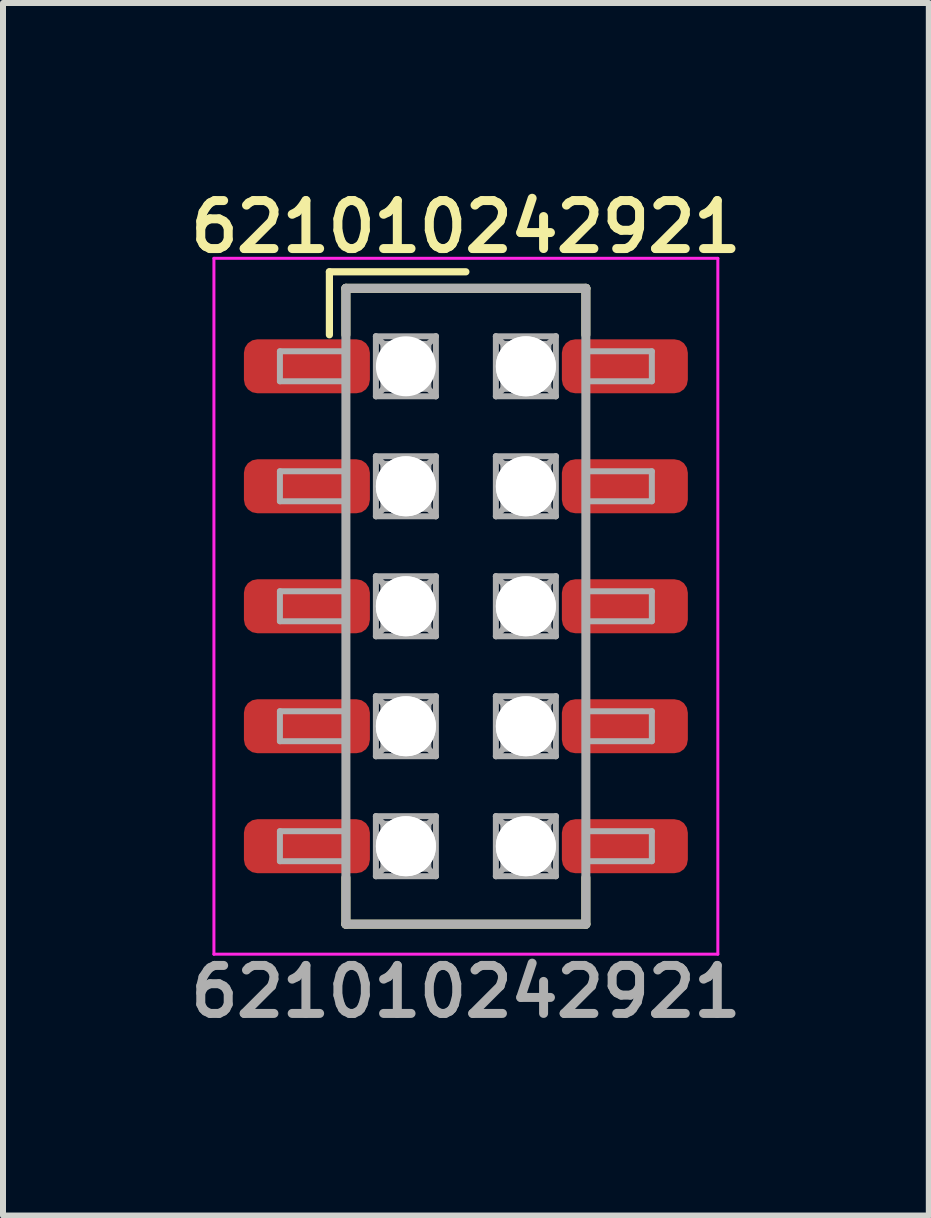
<source format=kicad_pcb>
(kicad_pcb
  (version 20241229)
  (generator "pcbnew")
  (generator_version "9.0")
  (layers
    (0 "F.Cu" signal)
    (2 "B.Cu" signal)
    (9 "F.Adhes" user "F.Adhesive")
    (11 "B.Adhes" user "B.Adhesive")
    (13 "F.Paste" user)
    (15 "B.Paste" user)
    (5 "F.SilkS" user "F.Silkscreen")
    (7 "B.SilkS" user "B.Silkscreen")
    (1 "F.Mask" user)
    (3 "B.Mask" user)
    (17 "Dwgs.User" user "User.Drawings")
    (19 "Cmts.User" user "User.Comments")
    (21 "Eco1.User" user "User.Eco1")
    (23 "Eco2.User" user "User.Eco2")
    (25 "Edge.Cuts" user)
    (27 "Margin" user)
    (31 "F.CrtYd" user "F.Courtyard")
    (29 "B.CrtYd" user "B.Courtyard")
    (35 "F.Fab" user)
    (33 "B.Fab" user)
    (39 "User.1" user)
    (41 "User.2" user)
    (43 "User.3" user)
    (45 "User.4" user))
  (footprint "621010242921"
    (layer "F.Cu")
    (at 4.716 7.056)
    (property "Reference" "621010242921" (at 0 -6.325 0) (unlocked yes) (layer "F.SilkS") (effects (font (size 0.8 0.8) (thickness 0.15))))
    (attr smd)
    (fp_line (start -2.275 -5.575) (end 0 -5.575) (stroke (width 0.12) (type solid)) (layer "F.SilkS"))
    (fp_line (start -2.275 -4.525) (end -2.275 -5.575) (stroke (width 0.12) (type solid)) (layer "F.SilkS"))
    (fp_line (start -2 -5.3) (end 2 -5.3) (stroke (width 0.15) (type solid)) (layer "F.SilkS"))
    (fp_line (start -2 -4.525) (end -2 -5.3) (stroke (width 0.15) (type solid)) (layer "F.SilkS"))
    (fp_line (start -2 4.525) (end -2 5.3) (stroke (width 0.15) (type solid)) (layer "F.SilkS"))
    (fp_line (start -2 5.3) (end 2 5.3) (stroke (width 0.15) (type solid)) (layer "F.SilkS"))
    (fp_line (start 2 -5.3) (end 2 -4.525) (stroke (width 0.15) (type solid)) (layer "F.SilkS"))
    (fp_line (start 2 5.3) (end 2 4.525) (stroke (width 0.15) (type solid)) (layer "F.SilkS"))
    (fp_line (start -4.2 -5.8) (end -4.2 5.8) (stroke (width 0.05) (type solid)) (layer "F.CrtYd"))
    (fp_line (start -4.2 -5.8) (end 4.2 -5.8) (stroke (width 0.05) (type solid)) (layer "F.CrtYd"))
    (fp_line (start -4.2 5.8) (end 4.2 5.8) (stroke (width 0.05) (type solid)) (layer "F.CrtYd"))
    (fp_line (start 4.2 5.8) (end 4.2 -5.8) (stroke (width 0.05) (type solid)) (layer "F.CrtYd"))
    (fp_line (start -3.1 -4.25) (end -3.1 -3.75) (stroke (width 0.1) (type solid)) (layer "F.Fab"))
    (fp_line (start -3.1 -3.75) (end -2 -3.75) (stroke (width 0.1) (type solid)) (layer "F.Fab"))
    (fp_line (start -3.1 -2.25) (end -3.1 -1.75) (stroke (width 0.1) (type solid)) (layer "F.Fab"))
    (fp_line (start -3.1 -1.75) (end -2 -1.75) (stroke (width 0.1) (type solid)) (layer "F.Fab"))
    (fp_line (start -3.1 -0.25) (end -3.1 0.25) (stroke (width 0.1) (type solid)) (layer "F.Fab"))
    (fp_line (start -3.1 0.25) (end -2 0.25) (stroke (width 0.1) (type solid)) (layer "F.Fab"))
    (fp_line (start -3.1 1.75) (end -3.1 2.25) (stroke (width 0.1) (type solid)) (layer "F.Fab"))
    (fp_line (start -3.1 2.25) (end -2 2.25) (stroke (width 0.1) (type solid)) (layer "F.Fab"))
    (fp_line (start -3.1 3.75) (end -3.1 4.25) (stroke (width 0.1) (type solid)) (layer "F.Fab"))
    (fp_line (start -3.1 4.25) (end -2 4.25) (stroke (width 0.1) (type solid)) (layer "F.Fab"))
    (fp_line (start -2 -5.3) (end 2 -5.3) (stroke (width 0.15) (type solid)) (layer "F.Fab"))
    (fp_line (start -2 -4.25) (end -3.1 -4.25) (stroke (width 0.1) (type solid)) (layer "F.Fab"))
    (fp_line (start -2 -2.25) (end -3.1 -2.25) (stroke (width 0.1) (type solid)) (layer "F.Fab"))
    (fp_line (start -2 -0.25) (end -3.1 -0.25) (stroke (width 0.1) (type solid)) (layer "F.Fab"))
    (fp_line (start -2 1.75) (end -3.1 1.75) (stroke (width 0.1) (type solid)) (layer "F.Fab"))
    (fp_line (start -2 3.75) (end -3.1 3.75) (stroke (width 0.1) (type solid)) (layer "F.Fab"))
    (fp_line (start -2 5.3) (end -2 -5.3) (stroke (width 0.15) (type solid)) (layer "F.Fab"))
    (fp_line (start -1.5 -4.5) (end -0.5 -4.5) (stroke (width 0.1) (type solid)) (layer "F.Fab"))
    (fp_line (start -1.5 -3.5) (end -1.5 -4.5) (stroke (width 0.1) (type solid)) (layer "F.Fab"))
    (fp_line (start -1.5 -2.5) (end -0.5 -2.5) (stroke (width 0.1) (type solid)) (layer "F.Fab"))
    (fp_line (start -1.5 -1.5) (end -1.5 -2.5) (stroke (width 0.1) (type solid)) (layer "F.Fab"))
    (fp_line (start -1.5 -0.5) (end -0.5 -0.5) (stroke (width 0.1) (type solid)) (layer "F.Fab"))
    (fp_line (start -1.5 0.5) (end -1.5 -0.5) (stroke (width 0.1) (type solid)) (layer "F.Fab"))
    (fp_line (start -1.5 1.5) (end -0.5 1.5) (stroke (width 0.1) (type solid)) (layer "F.Fab"))
    (fp_line (start -1.5 2.5) (end -1.5 1.5) (stroke (width 0.1) (type solid)) (layer "F.Fab"))
    (fp_line (start -1.5 3.5) (end -0.5 3.5) (stroke (width 0.1) (type solid)) (layer "F.Fab"))
    (fp_line (start -1.5 4.5) (end -1.5 3.5) (stroke (width 0.1) (type solid)) (layer "F.Fab"))
    (fp_line (start -1.375 -4.375) (end -1.5 -4.5) (stroke (width 0.1) (type solid)) (layer "F.Fab"))
    (fp_line (start -1.375 -4.375) (end -0.625 -4.375) (stroke (width 0.1) (type solid)) (layer "F.Fab"))
    (fp_line (start -1.375 -3.625) (end -1.5 -3.5) (stroke (width 0.1) (type solid)) (layer "F.Fab"))
    (fp_line (start -1.375 -3.625) (end -1.375 -4.375) (stroke (width 0.1) (type solid)) (layer "F.Fab"))
    (fp_line (start -1.375 -2.375) (end -1.5 -2.5) (stroke (width 0.1) (type solid)) (layer "F.Fab"))
    (fp_line (start -1.375 -2.375) (end -0.625 -2.375) (stroke (width 0.1) (type solid)) (layer "F.Fab"))
    (fp_line (start -1.375 -1.625) (end -1.5 -1.5) (stroke (width 0.1) (type solid)) (layer "F.Fab"))
    (fp_line (start -1.375 -1.625) (end -1.375 -2.375) (stroke (width 0.1) (type solid)) (layer "F.Fab"))
    (fp_line (start -1.375 -0.375) (end -1.5 -0.5) (stroke (width 0.1) (type solid)) (layer "F.Fab"))
    (fp_line (start -1.375 -0.375) (end -0.625 -0.375) (stroke (width 0.1) (type solid)) (layer "F.Fab"))
    (fp_line (start -1.375 0.375) (end -1.5 0.5) (stroke (width 0.1) (type solid)) (layer "F.Fab"))
    (fp_line (start -1.375 0.375) (end -1.375 -0.375) (stroke (width 0.1) (type solid)) (layer "F.Fab"))
    (fp_line (start -1.375 1.625) (end -1.5 1.5) (stroke (width 0.1) (type solid)) (layer "F.Fab"))
    (fp_line (start -1.375 1.625) (end -0.625 1.625) (stroke (width 0.1) (type solid)) (layer "F.Fab"))
    (fp_line (start -1.375 2.375) (end -1.5 2.5) (stroke (width 0.1) (type solid)) (layer "F.Fab"))
    (fp_line (start -1.375 2.375) (end -1.375 1.625) (stroke (width 0.1) (type solid)) (layer "F.Fab"))
    (fp_line (start -1.375 3.625) (end -1.5 3.5) (stroke (width 0.1) (type solid)) (layer "F.Fab"))
    (fp_line (start -1.375 3.625) (end -0.625 3.625) (stroke (width 0.1) (type solid)) (layer "F.Fab"))
    (fp_line (start -1.375 4.375) (end -1.5 4.5) (stroke (width 0.1) (type solid)) (layer "F.Fab"))
    (fp_line (start -1.375 4.375) (end -1.375 3.625) (stroke (width 0.1) (type solid)) (layer "F.Fab"))
    (fp_line (start -0.625 -4.375) (end -0.625 -3.625) (stroke (width 0.1) (type solid)) (layer "F.Fab"))
    (fp_line (start -0.625 -4.375) (end -0.5 -4.5) (stroke (width 0.1) (type solid)) (layer "F.Fab"))
    (fp_line (start -0.625 -3.625) (end -1.375 -3.625) (stroke (width 0.1) (type solid)) (layer "F.Fab"))
    (fp_line (start -0.625 -3.625) (end -0.5 -3.5) (stroke (width 0.1) (type solid)) (layer "F.Fab"))
    (fp_line (start -0.625 -2.375) (end -0.625 -1.625) (stroke (width 0.1) (type solid)) (layer "F.Fab"))
    (fp_line (start -0.625 -2.375) (end -0.5 -2.5) (stroke (width 0.1) (type solid)) (layer "F.Fab"))
    (fp_line (start -0.625 -1.625) (end -1.375 -1.625) (stroke (width 0.1) (type solid)) (layer "F.Fab"))
    (fp_line (start -0.625 -1.625) (end -0.5 -1.5) (stroke (width 0.1) (type solid)) (layer "F.Fab"))
    (fp_line (start -0.625 -0.375) (end -0.625 0.375) (stroke (width 0.1) (type solid)) (layer "F.Fab"))
    (fp_line (start -0.625 -0.375) (end -0.5 -0.5) (stroke (width 0.1) (type solid)) (layer "F.Fab"))
    (fp_line (start -0.625 0.375) (end -1.375 0.375) (stroke (width 0.1) (type solid)) (layer "F.Fab"))
    (fp_line (start -0.625 0.375) (end -0.5 0.5) (stroke (width 0.1) (type solid)) (layer "F.Fab"))
    (fp_line (start -0.625 1.625) (end -0.625 2.375) (stroke (width 0.1) (type solid)) (layer "F.Fab"))
    (fp_line (start -0.625 1.625) (end -0.5 1.5) (stroke (width 0.1) (type solid)) (layer "F.Fab"))
    (fp_line (start -0.625 2.375) (end -1.375 2.375) (stroke (width 0.1) (type solid)) (layer "F.Fab"))
    (fp_line (start -0.625 2.375) (end -0.5 2.5) (stroke (width 0.1) (type solid)) (layer "F.Fab"))
    (fp_line (start -0.625 3.625) (end -0.625 4.375) (stroke (width 0.1) (type solid)) (layer "F.Fab"))
    (fp_line (start -0.625 3.625) (end -0.5 3.5) (stroke (width 0.1) (type solid)) (layer "F.Fab"))
    (fp_line (start -0.625 4.375) (end -1.375 4.375) (stroke (width 0.1) (type solid)) (layer "F.Fab"))
    (fp_line (start -0.625 4.375) (end -0.5 4.5) (stroke (width 0.1) (type solid)) (layer "F.Fab"))
    (fp_line (start -0.5 -4.5) (end -0.5 -3.5) (stroke (width 0.1) (type solid)) (layer "F.Fab"))
    (fp_line (start -0.5 -3.5) (end -1.5 -3.5) (stroke (width 0.1) (type solid)) (layer "F.Fab"))
    (fp_line (start -0.5 -2.5) (end -0.5 -1.5) (stroke (width 0.1) (type solid)) (layer "F.Fab"))
    (fp_line (start -0.5 -1.5) (end -1.5 -1.5) (stroke (width 0.1) (type solid)) (layer "F.Fab"))
    (fp_line (start -0.5 -0.5) (end -0.5 0.5) (stroke (width 0.1) (type solid)) (layer "F.Fab"))
    (fp_line (start -0.5 0.5) (end -1.5 0.5) (stroke (width 0.1) (type solid)) (layer "F.Fab"))
    (fp_line (start -0.5 1.5) (end -0.5 2.5) (stroke (width 0.1) (type solid)) (layer "F.Fab"))
    (fp_line (start -0.5 2.5) (end -1.5 2.5) (stroke (width 0.1) (type solid)) (layer "F.Fab"))
    (fp_line (start -0.5 3.5) (end -0.5 4.5) (stroke (width 0.1) (type solid)) (layer "F.Fab"))
    (fp_line (start -0.5 4.5) (end -1.5 4.5) (stroke (width 0.1) (type solid)) (layer "F.Fab"))
    (fp_line (start 0.5 -4.5) (end 1.5 -4.5) (stroke (width 0.1) (type solid)) (layer "F.Fab"))
    (fp_line (start 0.5 -3.5) (end 0.5 -4.5) (stroke (width 0.1) (type solid)) (layer "F.Fab"))
    (fp_line (start 0.5 -2.5) (end 1.5 -2.5) (stroke (width 0.1) (type solid)) (layer "F.Fab"))
    (fp_line (start 0.5 -1.5) (end 0.5 -2.5) (stroke (width 0.1) (type solid)) (layer "F.Fab"))
    (fp_line (start 0.5 -0.5) (end 1.5 -0.5) (stroke (width 0.1) (type solid)) (layer "F.Fab"))
    (fp_line (start 0.5 0.5) (end 0.5 -0.5) (stroke (width 0.1) (type solid)) (layer "F.Fab"))
    (fp_line (start 0.5 1.5) (end 1.5 1.5) (stroke (width 0.1) (type solid)) (layer "F.Fab"))
    (fp_line (start 0.5 2.5) (end 0.5 1.5) (stroke (width 0.1) (type solid)) (layer "F.Fab"))
    (fp_line (start 0.5 3.5) (end 1.5 3.5) (stroke (width 0.1) (type solid)) (layer "F.Fab"))
    (fp_line (start 0.5 4.5) (end 0.5 3.5) (stroke (width 0.1) (type solid)) (layer "F.Fab"))
    (fp_line (start 0.625 -4.375) (end 0.5 -4.5) (stroke (width 0.1) (type solid)) (layer "F.Fab"))
    (fp_line (start 0.625 -4.375) (end 1.375 -4.375) (stroke (width 0.1) (type solid)) (layer "F.Fab"))
    (fp_line (start 0.625 -3.625) (end 0.5 -3.5) (stroke (width 0.1) (type solid)) (layer "F.Fab"))
    (fp_line (start 0.625 -3.625) (end 0.625 -4.375) (stroke (width 0.1) (type solid)) (layer "F.Fab"))
    (fp_line (start 0.625 -2.375) (end 0.5 -2.5) (stroke (width 0.1) (type solid)) (layer "F.Fab"))
    (fp_line (start 0.625 -2.375) (end 1.375 -2.375) (stroke (width 0.1) (type solid)) (layer "F.Fab"))
    (fp_line (start 0.625 -1.625) (end 0.5 -1.5) (stroke (width 0.1) (type solid)) (layer "F.Fab"))
    (fp_line (start 0.625 -1.625) (end 0.625 -2.375) (stroke (width 0.1) (type solid)) (layer "F.Fab"))
    (fp_line (start 0.625 -0.375) (end 0.5 -0.5) (stroke (width 0.1) (type solid)) (layer "F.Fab"))
    (fp_line (start 0.625 -0.375) (end 1.375 -0.375) (stroke (width 0.1) (type solid)) (layer "F.Fab"))
    (fp_line (start 0.625 0.375) (end 0.5 0.5) (stroke (width 0.1) (type solid)) (layer "F.Fab"))
    (fp_line (start 0.625 0.375) (end 0.625 -0.375) (stroke (width 0.1) (type solid)) (layer "F.Fab"))
    (fp_line (start 0.625 1.625) (end 0.5 1.5) (stroke (width 0.1) (type solid)) (layer "F.Fab"))
    (fp_line (start 0.625 1.625) (end 1.375 1.625) (stroke (width 0.1) (type solid)) (layer "F.Fab"))
    (fp_line (start 0.625 2.375) (end 0.5 2.5) (stroke (width 0.1) (type solid)) (layer "F.Fab"))
    (fp_line (start 0.625 2.375) (end 0.625 1.625) (stroke (width 0.1) (type solid)) (layer "F.Fab"))
    (fp_line (start 0.625 3.625) (end 0.5 3.5) (stroke (width 0.1) (type solid)) (layer "F.Fab"))
    (fp_line (start 0.625 3.625) (end 1.375 3.625) (stroke (width 0.1) (type solid)) (layer "F.Fab"))
    (fp_line (start 0.625 4.375) (end 0.5 4.5) (stroke (width 0.1) (type solid)) (layer "F.Fab"))
    (fp_line (start 0.625 4.375) (end 0.625 3.625) (stroke (width 0.1) (type solid)) (layer "F.Fab"))
    (fp_line (start 1.375 -4.375) (end 1.375 -3.625) (stroke (width 0.1) (type solid)) (layer "F.Fab"))
    (fp_line (start 1.375 -4.375) (end 1.5 -4.5) (stroke (width 0.1) (type solid)) (layer "F.Fab"))
    (fp_line (start 1.375 -3.625) (end 0.625 -3.625) (stroke (width 0.1) (type solid)) (layer "F.Fab"))
    (fp_line (start 1.375 -3.625) (end 1.5 -3.5) (stroke (width 0.1) (type solid)) (layer "F.Fab"))
    (fp_line (start 1.375 -2.375) (end 1.375 -1.625) (stroke (width 0.1) (type solid)) (layer "F.Fab"))
    (fp_line (start 1.375 -2.375) (end 1.5 -2.5) (stroke (width 0.1) (type solid)) (layer "F.Fab"))
    (fp_line (start 1.375 -1.625) (end 0.625 -1.625) (stroke (width 0.1) (type solid)) (layer "F.Fab"))
    (fp_line (start 1.375 -1.625) (end 1.5 -1.5) (stroke (width 0.1) (type solid)) (layer "F.Fab"))
    (fp_line (start 1.375 -0.375) (end 1.375 0.375) (stroke (width 0.1) (type solid)) (layer "F.Fab"))
    (fp_line (start 1.375 -0.375) (end 1.5 -0.5) (stroke (width 0.1) (type solid)) (layer "F.Fab"))
    (fp_line (start 1.375 0.375) (end 0.625 0.375) (stroke (width 0.1) (type solid)) (layer "F.Fab"))
    (fp_line (start 1.375 0.375) (end 1.5 0.5) (stroke (width 0.1) (type solid)) (layer "F.Fab"))
    (fp_line (start 1.375 1.625) (end 1.375 2.375) (stroke (width 0.1) (type solid)) (layer "F.Fab"))
    (fp_line (start 1.375 1.625) (end 1.5 1.5) (stroke (width 0.1) (type solid)) (layer "F.Fab"))
    (fp_line (start 1.375 2.375) (end 0.625 2.375) (stroke (width 0.1) (type solid)) (layer "F.Fab"))
    (fp_line (start 1.375 2.375) (end 1.5 2.5) (stroke (width 0.1) (type solid)) (layer "F.Fab"))
    (fp_line (start 1.375 3.625) (end 1.375 4.375) (stroke (width 0.1) (type solid)) (layer "F.Fab"))
    (fp_line (start 1.375 3.625) (end 1.5 3.5) (stroke (width 0.1) (type solid)) (layer "F.Fab"))
    (fp_line (start 1.375 4.375) (end 0.625 4.375) (stroke (width 0.1) (type solid)) (layer "F.Fab"))
    (fp_line (start 1.375 4.375) (end 1.5 4.5) (stroke (width 0.1) (type solid)) (layer "F.Fab"))
    (fp_line (start 1.5 -4.5) (end 1.5 -3.5) (stroke (width 0.1) (type solid)) (layer "F.Fab"))
    (fp_line (start 1.5 -3.5) (end 0.5 -3.5) (stroke (width 0.1) (type solid)) (layer "F.Fab"))
    (fp_line (start 1.5 -2.5) (end 1.5 -1.5) (stroke (width 0.1) (type solid)) (layer "F.Fab"))
    (fp_line (start 1.5 -1.5) (end 0.5 -1.5) (stroke (width 0.1) (type solid)) (layer "F.Fab"))
    (fp_line (start 1.5 -0.5) (end 1.5 0.5) (stroke (width 0.1) (type solid)) (layer "F.Fab"))
    (fp_line (start 1.5 0.5) (end 0.5 0.5) (stroke (width 0.1) (type solid)) (layer "F.Fab"))
    (fp_line (start 1.5 1.5) (end 1.5 2.5) (stroke (width 0.1) (type solid)) (layer "F.Fab"))
    (fp_line (start 1.5 2.5) (end 0.5 2.5) (stroke (width 0.1) (type solid)) (layer "F.Fab"))
    (fp_line (start 1.5 3.5) (end 1.5 4.5) (stroke (width 0.1) (type solid)) (layer "F.Fab"))
    (fp_line (start 1.5 4.5) (end 0.5 4.5) (stroke (width 0.1) (type solid)) (layer "F.Fab"))
    (fp_line (start 2 -5.3) (end 2 5.3) (stroke (width 0.15) (type solid)) (layer "F.Fab"))
    (fp_line (start 2 -3.75) (end 3.1 -3.75) (stroke (width 0.1) (type solid)) (layer "F.Fab"))
    (fp_line (start 2 -1.75) (end 3.1 -1.75) (stroke (width 0.1) (type solid)) (layer "F.Fab"))
    (fp_line (start 2 0.25) (end 3.1 0.25) (stroke (width 0.1) (type solid)) (layer "F.Fab"))
    (fp_line (start 2 2.25) (end 3.1 2.25) (stroke (width 0.1) (type solid)) (layer "F.Fab"))
    (fp_line (start 2 4.25) (end 3.1 4.25) (stroke (width 0.1) (type solid)) (layer "F.Fab"))
    (fp_line (start 2 5.3) (end -2 5.3) (stroke (width 0.15) (type solid)) (layer "F.Fab"))
    (fp_line (start 3.1 -4.25) (end 2 -4.25) (stroke (width 0.1) (type solid)) (layer "F.Fab"))
    (fp_line (start 3.1 -3.75) (end 3.1 -4.25) (stroke (width 0.1) (type solid)) (layer "F.Fab"))
    (fp_line (start 3.1 -2.25) (end 2 -2.25) (stroke (width 0.1) (type solid)) (layer "F.Fab"))
    (fp_line (start 3.1 -1.75) (end 3.1 -2.25) (stroke (width 0.1) (type solid)) (layer "F.Fab"))
    (fp_line (start 3.1 -0.25) (end 2 -0.25) (stroke (width 0.1) (type solid)) (layer "F.Fab"))
    (fp_line (start 3.1 0.25) (end 3.1 -0.25) (stroke (width 0.1) (type solid)) (layer "F.Fab"))
    (fp_line (start 3.1 1.75) (end 2 1.75) (stroke (width 0.1) (type solid)) (layer "F.Fab"))
    (fp_line (start 3.1 2.25) (end 3.1 1.75) (stroke (width 0.1) (type solid)) (layer "F.Fab"))
    (fp_line (start 3.1 3.75) (end 2 3.75) (stroke (width 0.1) (type solid)) (layer "F.Fab"))
    (fp_line (start 3.1 4.25) (end 3.1 3.75) (stroke (width 0.1) (type solid)) (layer "F.Fab"))
    (fp_text user "${REFERENCE}" (at 0 6.425 0) (unlocked yes) (layer "F.Fab") (effects (font (size 0.8 0.8) (thickness 0.15))))
    (pad "" np_thru_hole circle (at -1 -4 180) (size 1 1) (drill 1) (layers "*.Cu" "*.Mask"))
    (pad "" np_thru_hole circle (at -1 -2 180) (size 1 1) (drill 1) (layers "*.Cu" "*.Mask"))
    (pad "" np_thru_hole circle (at -1 -2 180) (size 1 1) (drill 1) (layers "*.Cu" "*.Mask"))
    (pad "" np_thru_hole circle (at -1 0 180) (size 1 1) (drill 1) (layers "*.Cu" "*.Mask"))
    (pad "" np_thru_hole circle (at -1 0 180) (size 1 1) (drill 1) (layers "*.Cu" "*.Mask"))
    (pad "" np_thru_hole circle (at -1 2 180) (size 1 1) (drill 1) (layers "*.Cu" "*.Mask"))
    (pad "" np_thru_hole circle (at -1 2 180) (size 1 1) (drill 1) (layers "*.Cu" "*.Mask"))
    (pad "" np_thru_hole circle (at -1 4 180) (size 1 1) (drill 1) (layers "*.Cu" "*.Mask"))
    (pad "" np_thru_hole circle (at -1 4 180) (size 1 1) (drill 1) (layers "*.Cu" "*.Mask"))
    (pad "" np_thru_hole circle (at 1 -4 180) (size 1 1) (drill 1) (layers "*.Cu" "*.Mask"))
    (pad "" np_thru_hole circle (at 1 -4 180) (size 1 1) (drill 1) (layers "*.Cu" "*.Mask"))
    (pad "" np_thru_hole circle (at 1 -2 180) (size 1 1) (drill 1) (layers "*.Cu" "*.Mask"))
    (pad "" np_thru_hole circle (at 1 -2 180) (size 1 1) (drill 1) (layers "*.Cu" "*.Mask"))
    (pad "" np_thru_hole circle (at 1 0 180) (size 1 1) (drill 1) (layers "*.Cu" "*.Mask"))
    (pad "" np_thru_hole circle (at 1 0 180) (size 1 1) (drill 1) (layers "*.Cu" "*.Mask"))
    (pad "" np_thru_hole circle (at 1 2 180) (size 1 1) (drill 1) (layers "*.Cu" "*.Mask"))
    (pad "" np_thru_hole circle (at 1 2 180) (size 1 1) (drill 1) (layers "*.Cu" "*.Mask"))
    (pad "" np_thru_hole circle (at 1 4 180) (size 1 1) (drill 1) (layers "*.Cu" "*.Mask"))
    (pad "" np_thru_hole circle (at 1 4 180) (size 1 1) (drill 1) (layers "*.Cu" "*.Mask"))
    (pad "1" smd roundrect (at -2.65 -4 90) (size 0.9 2.1) (layers "F.Cu" "F.Mask" "F.Paste") (roundrect_rratio 0.25))
    (pad "2" smd roundrect (at 2.65 -4 90) (size 0.9 2.1) (layers "F.Cu" "F.Mask" "F.Paste") (roundrect_rratio 0.25))
    (pad "3" smd roundrect (at -2.65 -2 90) (size 0.9 2.1) (layers "F.Cu" "F.Mask" "F.Paste") (roundrect_rratio 0.25))
    (pad "4" smd roundrect (at 2.65 -2 90) (size 0.9 2.1) (layers "F.Cu" "F.Mask" "F.Paste") (roundrect_rratio 0.25))
    (pad "5" smd roundrect (at -2.65 0 90) (size 0.9 2.1) (layers "F.Cu" "F.Mask" "F.Paste") (roundrect_rratio 0.25))
    (pad "6" smd roundrect (at 2.65 0 90) (size 0.9 2.1) (layers "F.Cu" "F.Mask" "F.Paste") (roundrect_rratio 0.25))
    (pad "7" smd roundrect (at -2.65 2 90) (size 0.9 2.1) (layers "F.Cu" "F.Mask" "F.Paste") (roundrect_rratio 0.25))
    (pad "8" smd roundrect (at 2.65 2 90) (size 0.9 2.1) (layers "F.Cu" "F.Mask" "F.Paste") (roundrect_rratio 0.25))
    (pad "9" smd roundrect (at -2.65 4 90) (size 0.9 2.1) (layers "F.Cu" "F.Mask" "F.Paste") (roundrect_rratio 0.25))
    (pad "10" smd roundrect (at 2.65 4 90) (size 0.9 2.1) (layers "F.Cu" "F.Mask" "F.Paste") (roundrect_rratio 0.25)))
  (gr_rect
    (start -3 -3)
    (end 12.433 17.212)
    (stroke (width 0.1) (type default))
    (fill no)
    (layer "Edge.Cuts")))
</source>
